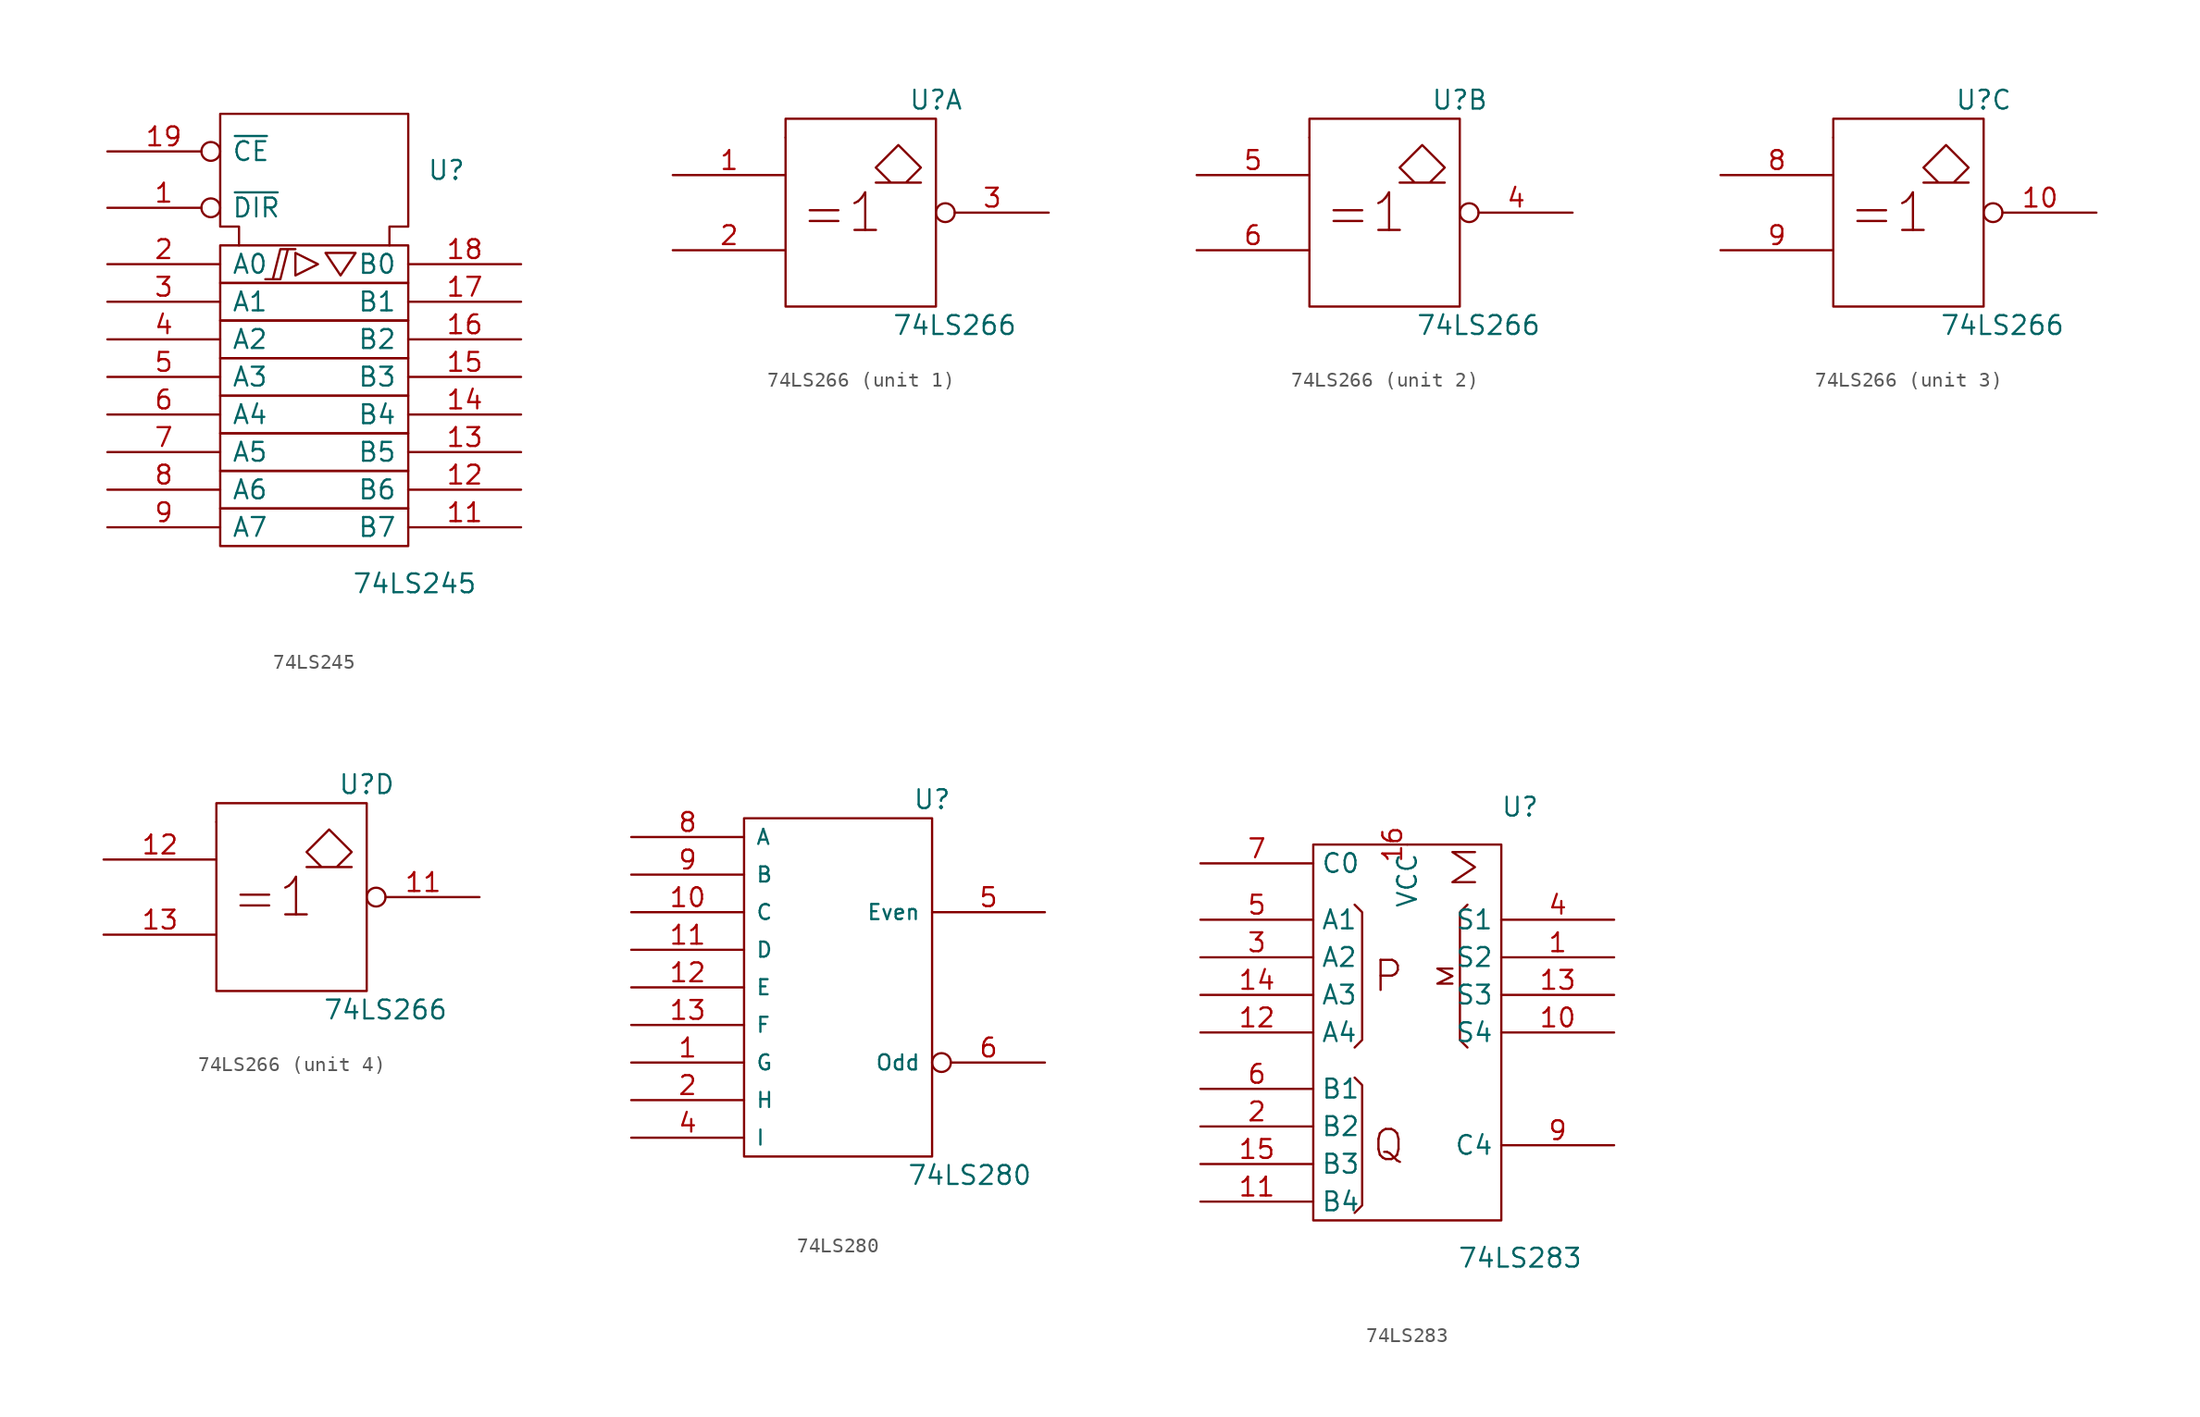
<source format=kicad_sym>
(kicad_symbol_lib
  (version 20201005)
  (generator kicad_symbol_editor)
  (symbol "74LS245"
    (pin_names
      (offset 0.762))
    (property "Reference" "U"
      (at 7.62 12.7 0)
      (effects (font (size 1.27 1.27)) (justify left)))
    (property "Value" "74LS245"
      (at 2.54 -15.24 0)
      (effects (font (size 1.27 1.27)) (justify left)))
    (symbol "74LS245_0_0"
      (polyline (pts (xy -1.27 7.112) (xy -1.27 5.588) (xy 0.254 6.35) (xy -1.27 7.112) (xy -1.27 7.112)) (stroke (width 0)) (fill (type none)))
      (polyline (pts (xy 0.762 7.112) (xy 2.794 7.112) (xy 1.778 5.588) (xy 0.762 7.112) (xy 0.762 7.112)) (stroke (width 0)) (fill (type none)))
      (polyline (pts (xy -3.302 5.334) (xy -2.286 5.334) (xy -1.778 7.366) (xy -1.27 7.366) (xy -2.286 7.366) (xy -2.794 5.334) (xy -2.794 5.334)) (stroke (width 0)) (fill (type none)))
      (pin power_in line (at 1.27 16.51 270) (length 0) hide (name "GND" (effects (font (size 1.27 1.27)))) (number "10" (effects (font (size 1.27 1.27)))))
      (pin power_in line (at 5.08 16.51 270) (length 0) hide (name "VCC" (effects (font (size 1.27 1.27)))) (number "20" (effects (font (size 1.27 1.27))))))
    (symbol "74LS245_0_1"
      (rectangle (start -6.35 -10.16) (end 6.35 -12.7) (stroke (width 0)) (fill (type none)))
      (rectangle (start -6.35 -7.62) (end 6.35 -10.16) (stroke (width 0)) (fill (type none)))
      (rectangle (start -6.35 -5.08) (end 6.35 -7.62) (stroke (width 0)) (fill (type none)))
      (rectangle (start -6.35 -2.54) (end 6.35 -5.08) (stroke (width 0)) (fill (type none)))
      (rectangle (start -6.35 0) (end 6.35 -2.54) (stroke (width 0)) (fill (type none)))
      (rectangle (start -6.35 2.54) (end 6.35 0) (stroke (width 0)) (fill (type none)))
      (rectangle (start -6.35 5.08) (end 6.35 2.54) (stroke (width 0)) (fill (type none)))
      (rectangle (start -6.35 7.62) (end 6.35 5.08) (stroke (width 0)) (fill (type none)))
      (polyline (pts (xy -5.08 7.62) (xy -5.08 8.89) (xy -6.35 8.89) (xy -6.35 16.51) (xy 6.35 16.51) (xy 6.35 8.89) (xy 5.08 8.89) (xy 5.08 7.62) (xy 5.08 7.62)) (stroke (width 0)) (fill (type none))))
    (symbol "74LS245_1_1"
      (pin input inverted (at -13.97 10.16 0) (length 7.62) (name "~DIR" (effects (font (size 1.27 1.27)))) (number "1" (effects (font (size 1.27 1.27)))))
      (pin tri_state line (at 13.97 -11.43 180) (length 7.62) (name "B7" (effects (font (size 1.27 1.27)))) (number "11" (effects (font (size 1.27 1.27)))))
      (pin tri_state line (at 13.97 -8.89 180) (length 7.62) (name "B6" (effects (font (size 1.27 1.27)))) (number "12" (effects (font (size 1.27 1.27)))))
      (pin tri_state line (at 13.97 -6.35 180) (length 7.62) (name "B5" (effects (font (size 1.27 1.27)))) (number "13" (effects (font (size 1.27 1.27)))))
      (pin tri_state line (at 13.97 -3.81 180) (length 7.62) (name "B4" (effects (font (size 1.27 1.27)))) (number "14" (effects (font (size 1.27 1.27)))))
      (pin tri_state line (at 13.97 -1.27 180) (length 7.62) (name "B3" (effects (font (size 1.27 1.27)))) (number "15" (effects (font (size 1.27 1.27)))))
      (pin tri_state line (at 13.97 1.27 180) (length 7.62) (name "B2" (effects (font (size 1.27 1.27)))) (number "16" (effects (font (size 1.27 1.27)))))
      (pin tri_state line (at 13.97 3.81 180) (length 7.62) (name "B1" (effects (font (size 1.27 1.27)))) (number "17" (effects (font (size 1.27 1.27)))))
      (pin tri_state line (at 13.97 6.35 180) (length 7.62) (name "B0" (effects (font (size 1.27 1.27)))) (number "18" (effects (font (size 1.27 1.27)))))
      (pin input inverted (at -13.97 13.97 0) (length 7.62) (name "~CE" (effects (font (size 1.27 1.27)))) (number "19" (effects (font (size 1.27 1.27)))))
      (pin tri_state line (at -13.97 6.35 0) (length 7.62) (name "A0" (effects (font (size 1.27 1.27)))) (number "2" (effects (font (size 1.27 1.27)))))
      (pin tri_state line (at -13.97 3.81 0) (length 7.62) (name "A1" (effects (font (size 1.27 1.27)))) (number "3" (effects (font (size 1.27 1.27)))))
      (pin tri_state line (at -13.97 1.27 0) (length 7.62) (name "A2" (effects (font (size 1.27 1.27)))) (number "4" (effects (font (size 1.27 1.27)))))
      (pin tri_state line (at -13.97 -1.27 0) (length 7.62) (name "A3" (effects (font (size 1.27 1.27)))) (number "5" (effects (font (size 1.27 1.27)))))
      (pin tri_state line (at -13.97 -3.81 0) (length 7.62) (name "A4" (effects (font (size 1.27 1.27)))) (number "6" (effects (font (size 1.27 1.27)))))
      (pin tri_state line (at -13.97 -6.35 0) (length 7.62) (name "A5" (effects (font (size 1.27 1.27)))) (number "7" (effects (font (size 1.27 1.27)))))
      (pin tri_state line (at -13.97 -8.89 0) (length 7.62) (name "A6" (effects (font (size 1.27 1.27)))) (number "8" (effects (font (size 1.27 1.27)))))
      (pin tri_state line (at -13.97 -11.43 0) (length 7.62) (name "A7" (effects (font (size 1.27 1.27)))) (number "9" (effects (font (size 1.27 1.27)))))))
  (symbol "74LS266"
    (pin_names
      (offset 0.762))
    (property "Reference" "U"
      (at 5.08 7.62 0)
      (effects (font (size 1.27 1.27))))
    (property "Value" "74LS266"
      (at 6.35 -7.62 0)
      (effects (font (size 1.27 1.27))))
    (symbol "74LS266_0_0"
      (text "=1" (at -1.27 0 0) (effects (font (size 2.54 2.54))))
      (rectangle (start -5.08 5.08) (end -5.08 5.08) (stroke (width 0)) (fill (type none)))
      (polyline (pts (xy 3.048 2.032) (xy 4.064 3.048) (xy 2.54 4.572) (xy 1.016 3.048) (xy 2.032 2.032) (xy 1.016 2.032) (xy 4.064 2.032) (xy 4.064 2.032)) (stroke (width 0)) (fill (type none))))
    (symbol "74LS266_0_1"
      (rectangle (start -5.08 6.35) (end 5.08 -6.35) (stroke (width 0)) (fill (type none)))
      (pin power_in line (at 0 6.35 270) (length 0) hide (name "VCC" (effects (font (size 1.27 1.27)))) (number "14" (effects (font (size 1.27 1.27)))))
      (pin power_in line (at 0 -6.35 90) (length 0) hide (name "GND" (effects (font (size 1.27 1.27)))) (number "7" (effects (font (size 1.27 1.27))))))
    (symbol "74LS266_1_1"
      (pin input line (at -12.7 2.54 0) (length 7.62) (name "~" (effects (font (size 1.27 1.27)))) (number "1" (effects (font (size 1.27 1.27)))))
      (pin input line (at -12.7 -2.54 0) (length 7.62) (name "~" (effects (font (size 1.27 1.27)))) (number "2" (effects (font (size 1.27 1.27)))))
      (pin output inverted (at 12.7 0 180) (length 7.62) (name "~" (effects (font (size 1.27 1.27)))) (number "3" (effects (font (size 1.27 1.27))))))
    (symbol "74LS266_2_1"
      (pin output inverted (at 12.7 0 180) (length 7.62) (name "~" (effects (font (size 1.27 1.27)))) (number "4" (effects (font (size 1.27 1.27)))))
      (pin input line (at -12.7 2.54 0) (length 7.62) (name "~" (effects (font (size 1.27 1.27)))) (number "5" (effects (font (size 1.27 1.27)))))
      (pin input line (at -12.7 -2.54 0) (length 7.62) (name "~" (effects (font (size 1.27 1.27)))) (number "6" (effects (font (size 1.27 1.27))))))
    (symbol "74LS266_3_1"
      (pin output inverted (at 12.7 0 180) (length 7.62) (name "~" (effects (font (size 1.27 1.27)))) (number "10" (effects (font (size 1.27 1.27)))))
      (pin input line (at -12.7 2.54 0) (length 7.62) (name "~" (effects (font (size 1.27 1.27)))) (number "8" (effects (font (size 1.27 1.27)))))
      (pin input line (at -12.7 -2.54 0) (length 7.62) (name "~" (effects (font (size 1.27 1.27)))) (number "9" (effects (font (size 1.27 1.27))))))
    (symbol "74LS266_4_1"
      (pin output inverted (at 12.7 0 180) (length 7.62) (name "~" (effects (font (size 1.27 1.27)))) (number "11" (effects (font (size 1.27 1.27)))))
      (pin input line (at -12.7 2.54 0) (length 7.62) (name "~" (effects (font (size 1.27 1.27)))) (number "12" (effects (font (size 1.27 1.27)))))
      (pin input line (at -12.7 -2.54 0) (length 7.62) (name "~" (effects (font (size 1.27 1.27)))) (number "13" (effects (font (size 1.27 1.27)))))))
  (symbol "74LS280"
    (pin_names
      (offset 0.762))
    (property "Reference" "U"
      (at 6.35 12.7 0)
      (effects (font (size 1.27 1.27))))
    (property "Value" "74LS280"
      (at 8.89 -12.7 0)
      (effects (font (size 1.27 1.27))))
    (symbol "74LS280_0_0"
      (rectangle (start -6.35 11.43) (end 6.35 -11.43) (stroke (width 0)) (fill (type none)))
      (pin power_in line (at 0 11.43 270) (length 0) hide (name "VCC" (effects (font (size 1.016 1.016)))) (number "14" (effects (font (size 1.27 1.27)))))
      (pin power_in line (at 0 -11.43 90) (length 0) hide (name "GND" (effects (font (size 1.016 1.016)))) (number "7" (effects (font (size 1.27 1.27))))))
    (symbol "74LS280_1_1"
      (pin input line (at -13.97 -5.08 0) (length 7.62) (name "G" (effects (font (size 1.016 1.016)))) (number "1" (effects (font (size 1.27 1.27)))))
      (pin input line (at -13.97 5.08 0) (length 7.62) (name "C" (effects (font (size 1.016 1.016)))) (number "10" (effects (font (size 1.27 1.27)))))
      (pin input line (at -13.97 2.54 0) (length 7.62) (name "D" (effects (font (size 1.016 1.016)))) (number "11" (effects (font (size 1.27 1.27)))))
      (pin input line (at -13.97 0 0) (length 7.62) (name "E" (effects (font (size 1.016 1.016)))) (number "12" (effects (font (size 1.27 1.27)))))
      (pin input line (at -13.97 -2.54 0) (length 7.62) (name "F" (effects (font (size 1.016 1.016)))) (number "13" (effects (font (size 1.27 1.27)))))
      (pin input line (at -13.97 -7.62 0) (length 7.62) (name "H" (effects (font (size 1.016 1.016)))) (number "2" (effects (font (size 1.27 1.27)))))
      (pin input line (at -13.97 -10.16 0) (length 7.62) (name "I" (effects (font (size 1.016 1.016)))) (number "4" (effects (font (size 1.27 1.27)))))
      (pin output line (at 13.97 5.08 180) (length 7.62) (name "Even" (effects (font (size 1.016 1.016)))) (number "5" (effects (font (size 1.27 1.27)))))
      (pin output inverted (at 13.97 -5.08 180) (length 7.62) (name "Odd" (effects (font (size 1.016 1.016)))) (number "6" (effects (font (size 1.27 1.27)))))
      (pin input line (at -13.97 10.16 0) (length 7.62) (name "A" (effects (font (size 1.016 1.016)))) (number "8" (effects (font (size 1.27 1.27)))))
      (pin input line (at -13.97 7.62 0) (length 7.62) (name "B" (effects (font (size 1.016 1.016)))) (number "9" (effects (font (size 1.27 1.27)))))))
  (symbol "74LS283"
    (property "Reference" "U"
      (at 7.62 15.24 0)
      (effects (font (size 1.27 1.27))))
    (property "Value" "74LS283"
      (at 7.62 -15.24 0)
      (effects (font (size 1.27 1.27))))
    (symbol "74LS283_0_0"
      (text "P" (at -1.27 3.81 0) (effects (font (size 2.032 2.032))))
      (text "Q" (at -1.27 -7.62 0) (effects (font (size 2.032 2.032))))
      (rectangle (start -6.35 12.7) (end 6.35 -12.7) (stroke (width 0)) (fill (type none)))
      (polyline (pts (xy -3.556 -3.048) (xy -3.048 -3.556) (xy -3.048 -11.684) (xy -3.556 -12.192) (xy -3.556 -12.192)) (stroke (width 0)) (fill (type none)))
      (polyline (pts (xy -3.556 8.636) (xy -3.048 8.128) (xy -3.048 -0.508) (xy -3.556 -1.016) (xy -3.556 -1.016)) (stroke (width 0)) (fill (type none)))
      (polyline (pts (xy 4.064 8.636) (xy 3.556 8.128) (xy 3.556 -0.508) (xy 4.064 -1.016) (xy 4.064 -1.016)) (stroke (width 0)) (fill (type none)))
      (polyline (pts (xy 3.048 4.318) (xy 2.032 4.318) (xy 3.048 3.81) (xy 2.032 3.302) (xy 3.048 3.302) (xy 3.048 3.302)) (stroke (width 0)) (fill (type none)))
      (polyline (pts (xy 4.572 12.192) (xy 3.048 12.192) (xy 4.572 11.176) (xy 3.048 10.16) (xy 4.572 10.16) (xy 4.572 10.16)) (stroke (width 0)) (fill (type none)))
      (pin power_in line (at 0 12.7 270) (length 0) (name "VCC" (effects (font (size 1.27 1.27)))) (number "16" (effects (font (size 1.27 1.27)))))
      (pin power_in line (at 0 -12.7 90) (length 0) hide (name "GND" (effects (font (size 1.27 1.27)))) (number "8" (effects (font (size 1.27 1.27))))))
    (symbol "74LS283_1_1"
      (pin output line (at 13.97 5.08 180) (length 7.62) (name "S2" (effects (font (size 1.27 1.27)))) (number "1" (effects (font (size 1.27 1.27)))))
      (pin output line (at 13.97 0 180) (length 7.62) (name "S4" (effects (font (size 1.27 1.27)))) (number "10" (effects (font (size 1.27 1.27)))))
      (pin input line (at -13.97 -11.43 0) (length 7.62) (name "B4" (effects (font (size 1.27 1.27)))) (number "11" (effects (font (size 1.27 1.27)))))
      (pin input line (at -13.97 0 0) (length 7.62) (name "A4" (effects (font (size 1.27 1.27)))) (number "12" (effects (font (size 1.27 1.27)))))
      (pin output line (at 13.97 2.54 180) (length 7.62) (name "S3" (effects (font (size 1.27 1.27)))) (number "13" (effects (font (size 1.27 1.27)))))
      (pin input line (at -13.97 2.54 0) (length 7.62) (name "A3" (effects (font (size 1.27 1.27)))) (number "14" (effects (font (size 1.27 1.27)))))
      (pin input line (at -13.97 -8.89 0) (length 7.62) (name "B3" (effects (font (size 1.27 1.27)))) (number "15" (effects (font (size 1.27 1.27)))))
      (pin input line (at -13.97 -6.35 0) (length 7.62) (name "B2" (effects (font (size 1.27 1.27)))) (number "2" (effects (font (size 1.27 1.27)))))
      (pin input line (at -13.97 5.08 0) (length 7.62) (name "A2" (effects (font (size 1.27 1.27)))) (number "3" (effects (font (size 1.27 1.27)))))
      (pin output line (at 13.97 7.62 180) (length 7.62) (name "S1" (effects (font (size 1.27 1.27)))) (number "4" (effects (font (size 1.27 1.27)))))
      (pin input line (at -13.97 7.62 0) (length 7.62) (name "A1" (effects (font (size 1.27 1.27)))) (number "5" (effects (font (size 1.27 1.27)))))
      (pin input line (at -13.97 -3.81 0) (length 7.62) (name "B1" (effects (font (size 1.27 1.27)))) (number "6" (effects (font (size 1.27 1.27)))))
      (pin input line (at -13.97 11.43 0) (length 7.62) (name "C0" (effects (font (size 1.27 1.27)))) (number "7" (effects (font (size 1.27 1.27)))))
      (pin output line (at 13.97 -7.62 180) (length 7.62) (name "C4" (effects (font (size 1.27 1.27)))) (number "9" (effects (font (size 1.27 1.27))))))))
</source>
